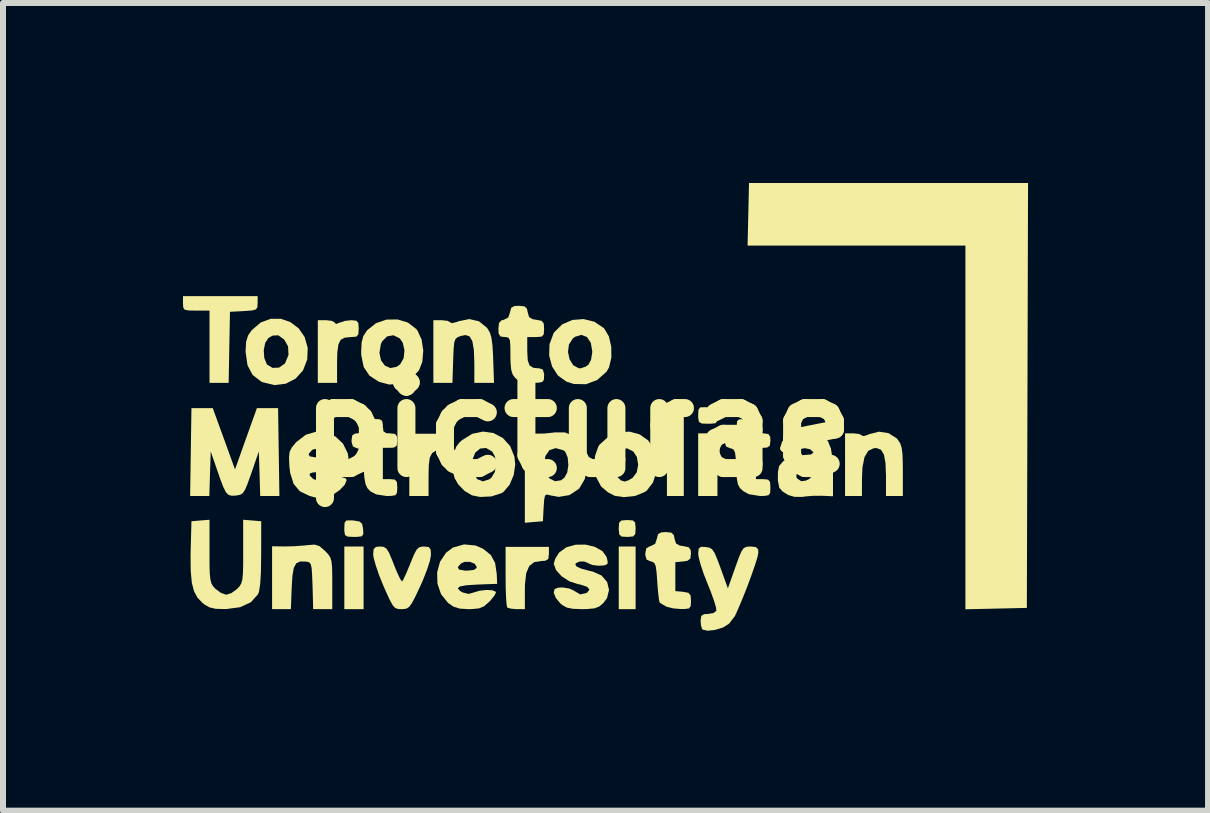
<source format=kicad_pcb>
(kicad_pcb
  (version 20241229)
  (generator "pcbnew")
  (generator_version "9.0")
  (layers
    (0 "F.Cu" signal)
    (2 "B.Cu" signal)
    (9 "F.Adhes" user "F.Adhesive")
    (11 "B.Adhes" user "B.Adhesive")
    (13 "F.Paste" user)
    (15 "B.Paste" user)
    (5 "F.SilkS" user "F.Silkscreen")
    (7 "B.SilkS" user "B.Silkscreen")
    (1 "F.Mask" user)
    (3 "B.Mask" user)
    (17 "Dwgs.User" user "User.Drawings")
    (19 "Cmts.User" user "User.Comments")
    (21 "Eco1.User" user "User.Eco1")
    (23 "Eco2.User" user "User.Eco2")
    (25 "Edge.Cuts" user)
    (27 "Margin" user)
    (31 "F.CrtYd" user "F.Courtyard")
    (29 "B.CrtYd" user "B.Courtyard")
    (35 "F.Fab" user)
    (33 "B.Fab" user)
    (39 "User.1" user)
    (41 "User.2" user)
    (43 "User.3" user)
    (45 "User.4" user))
  (footprint "picturae"
    (layer "F.Cu")
    (at 6.581 4.073)
    (property "Reference" "picturae" (at 0 0 0) (layer "F.SilkS") (effects (font (size 1.5 1.5) (thickness 0.3))))
    (attr board_only exclude_from_pos_files exclude_from_bom)
    (fp_poly (pts (xy -3.571 2.508) (xy -3.571 3.03) (xy -3.732 3.03) (xy -3.892 3.03) (xy -3.892 2.508) (xy -3.892 1.986) (xy -3.732 1.986) (xy -3.571 1.986)) (stroke (width 0) (type solid)) (fill yes) (layer "F.SilkS"))
    (fp_poly (pts (xy 0.963 2.508) (xy 0.963 3.03) (xy 0.823 3.03) (xy 0.682 3.03) (xy 0.682 2.508) (xy 0.682 1.986) (xy 0.823 1.986) (xy 0.963 1.986)) (stroke (width 0) (type solid)) (fill yes) (layer "F.SilkS"))
    (fp_poly (pts (xy 1.766 0.401) (xy 1.766 1.144) (xy 1.625 1.144) (xy 1.485 1.144) (xy 1.485 0.401) (xy 1.485 -0.341) (xy 1.625 -0.341) (xy 1.766 -0.341)) (stroke (width 0) (type solid)) (fill yes) (layer "F.SilkS"))
    (fp_poly (pts (xy 2.327 0.622) (xy 2.327 1.144) (xy 2.167 1.144) (xy 2.006 1.144) (xy 2.006 0.622) (xy 2.006 0.1) (xy 2.167 0.1) (xy 2.327 0.1)) (stroke (width 0) (type solid)) (fill yes) (layer "F.SilkS"))
    (fp_poly (pts (xy 7.494 -0.532) (xy 7.484 3.009) (xy 6.972 3.021) (xy 6.46 3.032) (xy 6.46 0.001) (xy 6.46 -3.03) (xy 4.645 -3.029) (xy 2.829 -3.029) (xy 2.841 -3.551) (xy 2.853 -4.073) (xy 5.179 -4.073) (xy 7.504 -4.073)) (stroke (width 0) (type solid)) (fill yes) (layer "F.SilkS"))
    (fp_poly (pts (xy -3.742 1.552) (xy -3.642 1.568) (xy -3.596 1.607) (xy -3.579 1.691) (xy -3.579 1.695) (xy -3.575 1.778) (xy -3.601 1.816) (xy -3.677 1.825) (xy -3.729 1.826) (xy -3.833 1.822) (xy -3.88 1.796) (xy -3.892 1.729) (xy -3.892 1.683) (xy -3.888 1.59) (xy -3.858 1.552) (xy -3.779 1.55)) (stroke (width 0) (type solid)) (fill yes) (layer "F.SilkS"))
    (fp_poly (pts (xy -2.127 0.218) (xy -2.14 0.301) (xy -2.197 0.342) (xy -2.253 0.356) (xy -2.361 0.385) (xy -2.429 0.429) (xy -2.468 0.505) (xy -2.484 0.63) (xy -2.488 0.807) (xy -2.488 1.144) (xy -2.648 1.144) (xy -2.809 1.144) (xy -2.809 0.625) (xy -2.809 0.107) (xy -2.468 0.106) (xy -2.127 0.105)) (stroke (width 0) (type solid)) (fill yes) (layer "F.SilkS"))
    (fp_poly (pts (xy 0.917 1.551) (xy 0.955 1.586) (xy 0.963 1.675) (xy 0.963 1.685) (xy 0.957 1.779) (xy 0.922 1.818) (xy 0.833 1.826) (xy 0.823 1.826) (xy 0.728 1.82) (xy 0.69 1.784) (xy 0.682 1.696) (xy 0.682 1.685) (xy 0.688 1.591) (xy 0.723 1.553) (xy 0.812 1.545) (xy 0.823 1.545)) (stroke (width 0) (type solid)) (fill yes) (layer "F.SilkS"))
    (fp_poly (pts (xy 2.157 -0.333) (xy 2.257 -0.318) (xy 2.302 -0.279) (xy 2.319 -0.195) (xy 2.32 -0.191) (xy 2.323 -0.108) (xy 2.298 -0.07) (xy 2.222 -0.061) (xy 2.169 -0.06) (xy 2.066 -0.064) (xy 2.019 -0.09) (xy 2.007 -0.157) (xy 2.006 -0.203) (xy 2.011 -0.296) (xy 2.041 -0.334) (xy 2.119 -0.336)) (stroke (width 0) (type solid)) (fill yes) (layer "F.SilkS"))
    (fp_poly (pts (xy -5.337 -2.069) (xy -5.341 -2.002) (xy -5.366 -1.965) (xy -5.431 -1.948) (xy -5.556 -1.939) (xy -5.568 -1.938) (xy -5.798 -1.926) (xy -5.809 -1.334) (xy -5.82 -0.742) (xy -5.98 -0.742) (xy -6.139 -0.742) (xy -6.139 -1.344) (xy -6.139 -1.946) (xy -6.36 -1.946) (xy -6.486 -1.948) (xy -6.552 -1.961) (xy -6.577 -1.997) (xy -6.581 -2.065) (xy -6.581 -2.067) (xy -6.581 -2.187) (xy -5.959 -2.187) (xy -5.337 -2.187)) (stroke (width 0) (type solid)) (fill yes) (layer "F.SilkS"))
    (fp_poly (pts (xy -0.482 2.11) (xy -0.492 2.193) (xy -0.54 2.223) (xy -0.602 2.227) (xy -0.726 2.246) (xy -0.81 2.311) (xy -0.86 2.43) (xy -0.881 2.613) (xy -0.883 2.709) (xy -0.883 3.03) (xy -1.017 3.03) (xy -1.116 3.022) (xy -1.175 3.004) (xy -1.177 3.003) (xy -1.187 2.954) (xy -1.196 2.842) (xy -1.202 2.683) (xy -1.204 2.493) (xy -1.204 2.484) (xy -1.204 1.992) (xy -0.843 1.992) (xy -0.482 1.992)) (stroke (width 0) (type solid)) (fill yes) (layer "F.SilkS"))
    (fp_poly (pts (xy -4.1 -1.775) (xy -4.054 -1.75) (xy -4.053 -1.744) (xy -4.028 -1.723) (xy -3.975 -1.744) (xy -3.878 -1.775) (xy -3.775 -1.786) (xy -3.692 -1.778) (xy -3.658 -1.739) (xy -3.652 -1.645) (xy -3.658 -1.551) (xy -3.692 -1.512) (xy -3.778 -1.505) (xy -3.784 -1.505) (xy -3.886 -1.495) (xy -3.953 -1.459) (xy -3.991 -1.381) (xy -4.009 -1.248) (xy -4.013 -1.075) (xy -4.013 -0.742) (xy -4.173 -0.742) (xy -4.334 -0.742) (xy -4.334 -1.264) (xy -4.334 -1.786) (xy -4.193 -1.786)) (stroke (width 0) (type solid)) (fill yes) (layer "F.SilkS"))
    (fp_poly (pts (xy -5.899 0.19) (xy -5.714 0.701) (xy -5.532 0.19) (xy -5.349 -0.321) (xy -5.172 -0.321) (xy -4.996 -0.321) (xy -4.985 0.411) (xy -4.974 1.144) (xy -5.134 1.144) (xy -5.294 1.144) (xy -5.305 0.772) (xy -5.317 0.401) (xy -5.441 0.762) (xy -5.501 0.93) (xy -5.545 1.037) (xy -5.584 1.096) (xy -5.628 1.124) (xy -5.687 1.135) (xy -5.698 1.137) (xy -5.769 1.14) (xy -5.821 1.126) (xy -5.865 1.082) (xy -5.909 0.995) (xy -5.963 0.853) (xy -6.008 0.722) (xy -6.119 0.401) (xy -6.131 0.772) (xy -6.142 1.144) (xy -6.302 1.144) (xy -6.462 1.144) (xy -6.451 0.411) (xy -6.44 -0.321) (xy -6.263 -0.321) (xy -6.085 -0.321)) (stroke (width 0) (type solid)) (fill yes) (layer "F.SilkS"))
    (fp_poly (pts (xy -4.307 1.979) (xy -4.221 2.053) (xy -4.214 2.059) (xy -4.16 2.116) (xy -4.125 2.17) (xy -4.105 2.238) (xy -4.096 2.339) (xy -4.093 2.493) (xy -4.093 2.605) (xy -4.093 3.03) (xy -4.252 3.03) (xy -4.411 3.03) (xy -4.422 2.638) (xy -4.429 2.459) (xy -4.437 2.344) (xy -4.452 2.28) (xy -4.477 2.249) (xy -4.518 2.239) (xy -4.534 2.237) (xy -4.629 2.236) (xy -4.694 2.267) (xy -4.734 2.342) (xy -4.757 2.472) (xy -4.769 2.667) (xy -4.783 3.03) (xy -4.94 3.03) (xy -5.096 3.03) (xy -5.096 2.506) (xy -5.096 1.982) (xy -4.885 1.985) (xy -4.722 1.981) (xy -4.559 1.969) (xy -4.505 1.963) (xy -4.388 1.954)) (stroke (width 0) (type solid)) (fill yes) (layer "F.SilkS"))
    (fp_poly (pts (xy 5.178 0.096) (xy 5.312 0.181) (xy 5.335 0.208) (xy 5.373 0.266) (xy 5.397 0.339) (xy 5.411 0.443) (xy 5.416 0.598) (xy 5.417 0.728) (xy 5.417 1.144) (xy 5.277 1.144) (xy 5.136 1.144) (xy 5.136 0.81) (xy 5.128 0.597) (xy 5.102 0.455) (xy 5.054 0.374) (xy 4.98 0.345) (xy 4.934 0.347) (xy 4.841 0.391) (xy 4.778 0.496) (xy 4.744 0.666) (xy 4.736 0.853) (xy 4.735 1.144) (xy 4.594 1.144) (xy 4.454 1.144) (xy 4.454 0.622) (xy 4.454 0.1) (xy 4.594 0.1) (xy 4.687 0.11) (xy 4.734 0.133) (xy 4.735 0.137) (xy 4.766 0.146) (xy 4.841 0.121) (xy 4.858 0.113) (xy 5.018 0.072)) (stroke (width 0) (type solid)) (fill yes) (layer "F.SilkS"))
    (fp_poly (pts (xy -1.648 -1.768) (xy -1.516 -1.661) (xy -1.508 -1.651) (xy -1.467 -1.582) (xy -1.44 -1.494) (xy -1.423 -1.368) (xy -1.412 -1.185) (xy -1.411 -1.141) (xy -1.397 -0.742) (xy -1.561 -0.742) (xy -1.725 -0.742) (xy -1.725 -1.076) (xy -1.733 -1.291) (xy -1.758 -1.435) (xy -1.804 -1.516) (xy -1.875 -1.539) (xy -1.952 -1.523) (xy -2.006 -1.501) (xy -2.04 -1.471) (xy -2.06 -1.414) (xy -2.07 -1.314) (xy -2.077 -1.155) (xy -2.078 -1.113) (xy -2.09 -0.742) (xy -2.249 -0.742) (xy -2.408 -0.742) (xy -2.408 -1.264) (xy -2.408 -1.786) (xy -2.267 -1.786) (xy -2.174 -1.776) (xy -2.128 -1.753) (xy -2.127 -1.748) (xy -2.095 -1.737) (xy -2.015 -1.757) (xy -1.985 -1.769) (xy -1.809 -1.805)) (stroke (width 0) (type solid)) (fill yes) (layer "F.SilkS"))
    (fp_poly (pts (xy -4.948 -1.809) (xy -4.789 -1.753) (xy -4.653 -1.65) (xy -4.553 -1.505) (xy -4.502 -1.325) (xy -4.51 -1.132) (xy -4.581 -0.948) (xy -4.706 -0.811) (xy -4.87 -0.727) (xy -5.057 -0.705) (xy -5.252 -0.752) (xy -5.279 -0.764) (xy -5.421 -0.874) (xy -5.506 -1.036) (xy -5.537 -1.256) (xy -5.537 -1.277) (xy -5.537 -1.284) (xy -5.235 -1.284) (xy -5.226 -1.155) (xy -5.184 -1.052) (xy -5.181 -1.048) (xy -5.088 -0.991) (xy -4.979 -0.996) (xy -4.886 -1.062) (xy -4.878 -1.072) (xy -4.822 -1.209) (xy -4.83 -1.351) (xy -4.895 -1.465) (xy -4.993 -1.534) (xy -5.086 -1.53) (xy -5.158 -1.489) (xy -5.211 -1.407) (xy -5.235 -1.284) (xy -5.537 -1.284) (xy -5.529 -1.427) (xy -5.496 -1.532) (xy -5.436 -1.619) (xy -5.284 -1.749) (xy -5.118 -1.81)) (stroke (width 0) (type solid)) (fill yes) (layer "F.SilkS"))
    (fp_poly (pts (xy -2.833 -1.747) (xy -2.694 -1.64) (xy -2.675 -1.617) (xy -2.604 -1.464) (xy -2.576 -1.278) (xy -2.592 -1.092) (xy -2.647 -0.951) (xy -2.78 -0.809) (xy -2.952 -0.728) (xy -3.145 -0.714) (xy -3.314 -0.759) (xy -3.472 -0.861) (xy -3.569 -1.005) (xy -3.609 -1.2) (xy -3.611 -1.242) (xy -3.307 -1.242) (xy -3.281 -1.118) (xy -3.217 -1.03) (xy -3.126 -0.989) (xy -3.022 -1.008) (xy -2.962 -1.05) (xy -2.904 -1.15) (xy -2.889 -1.282) (xy -2.918 -1.41) (xy -2.968 -1.483) (xy -3.073 -1.535) (xy -3.179 -1.516) (xy -3.262 -1.433) (xy -3.283 -1.387) (xy -3.307 -1.242) (xy -3.611 -1.242) (xy -3.611 -1.266) (xy -3.604 -1.416) (xy -3.576 -1.52) (xy -3.517 -1.611) (xy -3.508 -1.621) (xy -3.365 -1.736) (xy -3.19 -1.796) (xy -3.006 -1.799)) (stroke (width 0) (type solid)) (fill yes) (layer "F.SilkS"))
    (fp_poly (pts (xy 0.275 -1.761) (xy 0.43 -1.657) (xy 0.442 -1.644) (xy 0.518 -1.515) (xy 0.557 -1.344) (xy 0.559 -1.163) (xy 0.521 -1.002) (xy 0.479 -0.928) (xy 0.322 -0.789) (xy 0.135 -0.719) (xy -0.068 -0.723) (xy -0.19 -0.762) (xy -0.332 -0.864) (xy -0.43 -1.016) (xy -0.478 -1.197) (xy -0.476 -1.257) (xy -0.164 -1.257) (xy -0.138 -1.135) (xy -0.077 -1.036) (xy 0.013 -0.986) (xy 0.04 -0.983) (xy 0.128 -1.01) (xy 0.178 -1.046) (xy 0.221 -1.129) (xy 0.24 -1.249) (xy 0.241 -1.264) (xy 0.216 -1.411) (xy 0.151 -1.506) (xy 0.059 -1.542) (xy -0.048 -1.509) (xy -0.087 -1.478) (xy -0.149 -1.379) (xy -0.164 -1.257) (xy -0.476 -1.257) (xy -0.472 -1.386) (xy -0.406 -1.564) (xy -0.39 -1.589) (xy -0.259 -1.718) (xy -0.091 -1.79) (xy 0.094 -1.805)) (stroke (width 0) (type solid)) (fill yes) (layer "F.SilkS"))
    (fp_poly (pts (xy 1.03 0.117) (xy 1.173 0.218) (xy 1.267 0.363) (xy 1.315 0.553) (xy 1.308 0.746) (xy 1.252 0.92) (xy 1.151 1.052) (xy 1.117 1.077) (xy 0.955 1.143) (xy 0.766 1.163) (xy 0.615 1.141) (xy 0.504 1.084) (xy 0.397 0.994) (xy 0.385 0.98) (xy 0.309 0.837) (xy 0.279 0.674) (xy 0.582 0.674) (xy 0.587 0.695) (xy 0.638 0.807) (xy 0.718 0.884) (xy 0.781 0.903) (xy 0.844 0.882) (xy 0.914 0.84) (xy 0.982 0.749) (xy 1.006 0.622) (xy 0.984 0.494) (xy 0.925 0.403) (xy 0.821 0.35) (xy 0.72 0.364) (xy 0.637 0.431) (xy 0.586 0.539) (xy 0.582 0.674) (xy 0.279 0.674) (xy 0.276 0.659) (xy 0.286 0.477) (xy 0.341 0.321) (xy 0.365 0.285) (xy 0.511 0.154) (xy 0.682 0.083) (xy 0.861 0.071)) (stroke (width 0) (type solid)) (fill yes) (layer "F.SilkS"))
    (fp_poly (pts (xy -1.405 0.095) (xy -1.249 0.178) (xy -1.129 0.311) (xy -1.057 0.488) (xy -1.043 0.618) (xy -1.069 0.795) (xy -1.137 0.956) (xy -1.235 1.072) (xy -1.273 1.097) (xy -1.44 1.151) (xy -1.63 1.16) (xy -1.764 1.133) (xy -1.886 1.061) (xy -1.992 0.952) (xy -1.998 0.943) (xy -2.054 0.845) (xy -2.079 0.746) (xy -2.08 0.622) (xy -1.766 0.622) (xy -1.741 0.769) (xy -1.676 0.864) (xy -1.584 0.9) (xy -1.477 0.867) (xy -1.438 0.836) (xy -1.383 0.742) (xy -1.365 0.611) (xy -1.383 0.483) (xy -1.427 0.404) (xy -1.529 0.344) (xy -1.629 0.353) (xy -1.71 0.422) (xy -1.758 0.542) (xy -1.766 0.622) (xy -2.08 0.622) (xy -2.08 0.612) (xy -2.077 0.566) (xy -2.061 0.422) (xy -2.03 0.327) (xy -1.971 0.25) (xy -1.935 0.217) (xy -1.762 0.108) (xy -1.581 0.07)) (stroke (width 0) (type solid)) (fill yes) (layer "F.SilkS"))
    (fp_poly (pts (xy -0.215 0.084) (xy -0.05 0.153) (xy 0.079 0.28) (xy 0.101 0.316) (xy 0.155 0.489) (xy 0.158 0.682) (xy 0.113 0.868) (xy 0.024 1.017) (xy 0.013 1.028) (xy -0.14 1.129) (xy -0.321 1.159) (xy -0.469 1.131) (xy -0.519 1.119) (xy -0.547 1.138) (xy -0.561 1.206) (xy -0.57 1.332) (xy -0.582 1.565) (xy -0.732 1.577) (xy -0.883 1.59) (xy -0.883 0.841) (xy -0.883 0.612) (xy -0.562 0.612) (xy -0.537 0.753) (xy -0.471 0.852) (xy -0.38 0.898) (xy -0.28 0.882) (xy -0.224 0.84) (xy -0.176 0.75) (xy -0.158 0.628) (xy -0.169 0.504) (xy -0.208 0.409) (xy -0.238 0.383) (xy -0.369 0.346) (xy -0.473 0.38) (xy -0.541 0.478) (xy -0.562 0.612) (xy -0.883 0.612) (xy -0.883 0.093) (xy -0.712 0.104) (xy -0.562 0.103) (xy -0.414 0.088) (xy -0.395 0.084)) (stroke (width 0) (type solid)) (fill yes) (layer "F.SilkS"))
    (fp_poly (pts (xy -5.427 1.552) (xy -5.277 1.565) (xy -5.278 2.127) (xy -5.282 2.406) (xy -5.294 2.608) (xy -5.314 2.738) (xy -5.33 2.781) (xy -5.45 2.915) (xy -5.63 2.998) (xy -5.865 3.029) (xy -5.885 3.029) (xy -6.038 3.024) (xy -6.141 3) (xy -6.226 2.95) (xy -6.256 2.926) (xy -6.339 2.839) (xy -6.397 2.732) (xy -6.434 2.589) (xy -6.452 2.399) (xy -6.455 2.148) (xy -6.453 2.046) (xy -6.44 1.565) (xy -6.29 1.552) (xy -6.139 1.54) (xy -6.139 2.066) (xy -6.139 2.281) (xy -6.135 2.432) (xy -6.125 2.532) (xy -6.108 2.599) (xy -6.081 2.647) (xy -6.041 2.69) (xy -5.95 2.758) (xy -5.863 2.789) (xy -5.858 2.789) (xy -5.773 2.762) (xy -5.681 2.695) (xy -5.676 2.69) (xy -5.636 2.646) (xy -5.608 2.598) (xy -5.591 2.532) (xy -5.582 2.43) (xy -5.578 2.279) (xy -5.578 2.066) (xy -5.578 1.54)) (stroke (width 0) (type solid)) (fill yes) (layer "F.SilkS"))
    (fp_poly (pts (xy -2.485 1.995) (xy -2.453 2.036) (xy -2.448 2.124) (xy -2.465 2.223) (xy -2.513 2.372) (xy -2.583 2.55) (xy -2.626 2.646) (xy -2.706 2.816) (xy -2.764 2.927) (xy -2.81 2.991) (xy -2.855 3.021) (xy -2.908 3.029) (xy -2.938 3.03) (xy -2.999 3.027) (xy -3.045 3.009) (xy -3.087 2.963) (xy -3.135 2.876) (xy -3.199 2.736) (xy -3.242 2.638) (xy -3.313 2.462) (xy -3.369 2.299) (xy -3.404 2.171) (xy -3.411 2.117) (xy -3.403 2.027) (xy -3.363 1.992) (xy -3.296 1.986) (xy -3.236 1.992) (xy -3.19 2.021) (xy -3.148 2.087) (xy -3.097 2.207) (xy -3.067 2.284) (xy -3.011 2.421) (xy -2.964 2.521) (xy -2.933 2.567) (xy -2.928 2.567) (xy -2.903 2.525) (xy -2.858 2.428) (xy -2.802 2.294) (xy -2.792 2.269) (xy -2.733 2.125) (xy -2.688 2.04) (xy -2.644 1.999) (xy -2.588 1.987) (xy -2.565 1.986)) (stroke (width 0) (type solid)) (fill yes) (layer "F.SilkS"))
    (fp_poly (pts (xy 2.969 1.995) (xy 3.005 2.034) (xy 3.009 2.086) (xy 2.995 2.16) (xy 2.954 2.292) (xy 2.895 2.462) (xy 2.824 2.654) (xy 2.746 2.851) (xy 2.668 3.035) (xy 2.618 3.145) (xy 2.52 3.273) (xy 2.422 3.335) (xy 2.285 3.377) (xy 2.162 3.39) (xy 2.08 3.37) (xy 2.073 3.364) (xy 2.054 3.308) (xy 2.046 3.223) (xy 2.057 3.143) (xy 2.106 3.113) (xy 2.168 3.11) (xy 2.26 3.095) (xy 2.309 3.058) (xy 2.303 3.002) (xy 2.27 2.89) (xy 2.216 2.74) (xy 2.168 2.62) (xy 2.099 2.445) (xy 2.045 2.283) (xy 2.013 2.158) (xy 2.006 2.107) (xy 2.014 2.021) (xy 2.053 1.991) (xy 2.131 1.994) (xy 2.193 2.005) (xy 2.239 2.033) (xy 2.28 2.094) (xy 2.326 2.203) (xy 2.379 2.345) (xy 2.501 2.683) (xy 2.624 2.335) (xy 2.683 2.171) (xy 2.726 2.069) (xy 2.764 2.014) (xy 2.808 1.991) (xy 2.867 1.986) (xy 2.878 1.986)) (stroke (width 0) (type solid)) (fill yes) (layer "F.SilkS"))
    (fp_poly (pts (xy -3.308 -0.136) (xy -3.262 -0.11) (xy -3.25 -0.046) (xy -3.25 -0.02) (xy -3.24 0.065) (xy -3.193 0.097) (xy -3.13 0.1) (xy -3.045 0.11) (xy -3.013 0.157) (xy -3.009 0.221) (xy -3.019 0.306) (xy -3.066 0.337) (xy -3.13 0.341) (xy -3.25 0.341) (xy -3.25 0.602) (xy -3.25 0.863) (xy -3.13 0.863) (xy -3.049 0.871) (xy -3.016 0.91) (xy -3.009 1.003) (xy -3.014 1.09) (xy -3.04 1.131) (xy -3.112 1.143) (xy -3.186 1.144) (xy -3.359 1.118) (xy -3.456 1.067) (xy -3.506 1.016) (xy -3.538 0.947) (xy -3.558 0.839) (xy -3.571 0.676) (xy -3.583 0.517) (xy -3.598 0.422) (xy -3.622 0.373) (xy -3.66 0.352) (xy -3.682 0.348) (xy -3.749 0.319) (xy -3.771 0.243) (xy -3.772 0.218) (xy -3.76 0.133) (xy -3.712 0.103) (xy -3.672 0.1) (xy -3.6 0.087) (xy -3.574 0.032) (xy -3.571 -0.02) (xy -3.565 -0.097) (xy -3.531 -0.132) (xy -3.445 -0.14) (xy -3.411 -0.14)) (stroke (width 0) (type solid)) (fill yes) (layer "F.SilkS"))
    (fp_poly (pts (xy 1.559 1.755) (xy 1.6 1.795) (xy 1.612 1.856) (xy 1.636 1.935) (xy 1.698 1.97) (xy 1.756 1.979) (xy 1.846 1.997) (xy 1.881 2.044) (xy 1.886 2.107) (xy 1.875 2.188) (xy 1.826 2.224) (xy 1.756 2.235) (xy 1.625 2.247) (xy 1.625 2.488) (xy 1.625 2.729) (xy 1.756 2.741) (xy 1.844 2.758) (xy 1.88 2.803) (xy 1.886 2.892) (xy 1.882 2.978) (xy 1.853 3.018) (xy 1.779 3.028) (xy 1.715 3.028) (xy 1.588 3.017) (xy 1.483 2.991) (xy 1.465 2.982) (xy 1.393 2.94) (xy 1.364 2.92) (xy 1.353 2.875) (xy 1.34 2.769) (xy 1.327 2.624) (xy 1.324 2.575) (xy 1.312 2.413) (xy 1.298 2.314) (xy 1.276 2.262) (xy 1.241 2.24) (xy 1.214 2.234) (xy 1.146 2.204) (xy 1.124 2.126) (xy 1.124 2.107) (xy 1.14 2.018) (xy 1.199 1.982) (xy 1.214 1.979) (xy 1.289 1.941) (xy 1.317 1.856) (xy 1.337 1.78) (xy 1.39 1.75) (xy 1.465 1.745)) (stroke (width 0) (type solid)) (fill yes) (layer "F.SilkS"))
    (fp_poly (pts (xy 2.799 -0.133) (xy 2.9 -0.116) (xy 2.947 -0.077) (xy 2.962 -0.01) (xy 2.985 0.07) (xy 3.046 0.098) (xy 3.092 0.1) (xy 3.176 0.111) (xy 3.207 0.158) (xy 3.21 0.221) (xy 3.2 0.306) (xy 3.153 0.337) (xy 3.09 0.341) (xy 2.969 0.341) (xy 2.969 0.602) (xy 2.969 0.863) (xy 3.09 0.863) (xy 3.171 0.871) (xy 3.204 0.91) (xy 3.21 1.003) (xy 3.206 1.09) (xy 3.179 1.131) (xy 3.107 1.143) (xy 3.035 1.144) (xy 2.85 1.114) (xy 2.756 1.062) (xy 2.702 1.012) (xy 2.669 0.951) (xy 2.651 0.859) (xy 2.642 0.713) (xy 2.64 0.671) (xy 2.632 0.514) (xy 2.62 0.42) (xy 2.598 0.372) (xy 2.56 0.352) (xy 2.538 0.348) (xy 2.471 0.319) (xy 2.448 0.243) (xy 2.448 0.218) (xy 2.459 0.133) (xy 2.507 0.103) (xy 2.548 0.1) (xy 2.619 0.088) (xy 2.646 0.034) (xy 2.648 -0.022) (xy 2.654 -0.102) (xy 2.688 -0.134) (xy 2.772 -0.135)) (stroke (width 0) (type solid)) (fill yes) (layer "F.SilkS"))
    (fp_poly (pts (xy -0.889 -2.017) (xy -0.848 -1.977) (xy -0.835 -1.916) (xy -0.812 -1.837) (xy -0.75 -1.802) (xy -0.692 -1.793) (xy -0.604 -1.776) (xy -0.568 -1.732) (xy -0.562 -1.643) (xy -0.568 -1.55) (xy -0.604 -1.512) (xy -0.693 -1.505) (xy -0.702 -1.505) (xy -0.843 -1.505) (xy -0.843 -1.268) (xy -0.835 -1.118) (xy -0.805 -1.032) (xy -0.741 -0.992) (xy -0.639 -0.983) (xy -0.582 -0.963) (xy -0.562 -0.888) (xy -0.562 -0.863) (xy -0.566 -0.791) (xy -0.593 -0.756) (xy -0.663 -0.744) (xy -0.762 -0.742) (xy -0.914 -0.755) (xy -1.014 -0.798) (xy -1.043 -0.823) (xy -1.086 -0.881) (xy -1.111 -0.961) (xy -1.122 -1.085) (xy -1.124 -1.204) (xy -1.125 -1.357) (xy -1.132 -1.447) (xy -1.152 -1.49) (xy -1.189 -1.504) (xy -1.224 -1.505) (xy -1.292 -1.516) (xy -1.32 -1.564) (xy -1.324 -1.642) (xy -1.314 -1.74) (xy -1.273 -1.783) (xy -1.234 -1.793) (xy -1.159 -1.831) (xy -1.131 -1.916) (xy -1.111 -1.992) (xy -1.058 -2.022) (xy -0.983 -2.026)) (stroke (width 0) (type solid)) (fill yes) (layer "F.SilkS"))
    (fp_poly (pts (xy -1.704 1.969) (xy -1.578 2.024) (xy -1.45 2.128) (xy -1.379 2.259) (xy -1.352 2.44) (xy -1.344 2.608) (xy -1.675 2.62) (xy -1.86 2.632) (xy -1.968 2.652) (xy -2.001 2.683) (xy -1.963 2.726) (xy -1.921 2.751) (xy -1.819 2.776) (xy -1.739 2.753) (xy -1.638 2.723) (xy -1.525 2.71) (xy -1.427 2.715) (xy -1.37 2.738) (xy -1.364 2.752) (xy -1.391 2.805) (xy -1.456 2.886) (xy -1.482 2.912) (xy -1.564 2.983) (xy -1.65 3.018) (xy -1.772 3.029) (xy -1.82 3.03) (xy -1.969 3.021) (xy -2.074 2.988) (xy -2.163 2.926) (xy -2.28 2.781) (xy -2.34 2.605) (xy -2.345 2.418) (xy -2.322 2.331) (xy -2.001 2.331) (xy -1.98 2.37) (xy -1.884 2.387) (xy -1.846 2.388) (xy -1.734 2.377) (xy -1.688 2.344) (xy -1.685 2.328) (xy -1.719 2.273) (xy -1.798 2.242) (xy -1.889 2.242) (xy -1.947 2.268) (xy -2.001 2.331) (xy -2.322 2.331) (xy -2.297 2.24) (xy -2.197 2.09) (xy -2.083 2.004) (xy -1.897 1.951)) (stroke (width 0) (type solid)) (fill yes) (layer "F.SilkS"))
    (fp_poly (pts (xy -4.194 0.084) (xy -4.039 0.153) (xy -3.914 0.271) (xy -3.834 0.434) (xy -3.812 0.592) (xy -3.812 0.742) (xy -4.152 0.742) (xy -4.318 0.744) (xy -4.418 0.752) (xy -4.464 0.768) (xy -4.471 0.796) (xy -4.468 0.803) (xy -4.411 0.861) (xy -4.318 0.892) (xy -4.229 0.885) (xy -4.202 0.868) (xy -4.135 0.835) (xy -4.036 0.822) (xy -3.937 0.828) (xy -3.868 0.852) (xy -3.852 0.877) (xy -3.885 0.957) (xy -3.968 1.044) (xy -4.077 1.119) (xy -4.179 1.159) (xy -4.27 1.176) (xy -4.332 1.177) (xy -4.406 1.161) (xy -4.476 1.141) (xy -4.634 1.065) (xy -4.738 0.941) (xy -4.795 0.758) (xy -4.808 0.645) (xy -4.814 0.502) (xy -4.808 0.444) (xy -4.488 0.444) (xy -4.469 0.483) (xy -4.375 0.5) (xy -4.315 0.502) (xy -4.204 0.496) (xy -4.158 0.476) (xy -4.159 0.441) (xy -4.219 0.38) (xy -4.317 0.352) (xy -4.412 0.367) (xy -4.434 0.382) (xy -4.488 0.444) (xy -4.808 0.444) (xy -4.804 0.409) (xy -4.769 0.337) (xy -4.7 0.254) (xy -4.689 0.242) (xy -4.534 0.123) (xy -4.364 0.073)) (stroke (width 0) (type solid)) (fill yes) (layer "F.SilkS"))
    (fp_poly (pts (xy 3.979 0.098) (xy 4.091 0.148) (xy 4.169 0.23) (xy 4.219 0.356) (xy 4.246 0.536) (xy 4.253 0.783) (xy 4.253 1.148) (xy 4.063 1.14) (xy 3.918 1.141) (xy 3.786 1.152) (xy 3.752 1.158) (xy 3.611 1.158) (xy 3.507 1.128) (xy 3.414 1.07) (xy 3.358 1.007) (xy 3.357 1.004) (xy 3.334 0.885) (xy 3.334 0.83) (xy 3.642 0.83) (xy 3.66 0.856) (xy 3.725 0.898) (xy 3.802 0.887) (xy 3.855 0.861) (xy 3.925 0.798) (xy 3.923 0.739) (xy 3.852 0.705) (xy 3.817 0.702) (xy 3.71 0.721) (xy 3.647 0.769) (xy 3.642 0.83) (xy 3.334 0.83) (xy 3.335 0.744) (xy 3.355 0.644) (xy 3.424 0.563) (xy 3.548 0.5) (xy 3.704 0.465) (xy 3.773 0.461) (xy 3.885 0.452) (xy 3.924 0.424) (xy 3.923 0.411) (xy 3.871 0.365) (xy 3.784 0.347) (xy 3.7 0.363) (xy 3.679 0.378) (xy 3.611 0.408) (xy 3.507 0.421) (xy 3.503 0.421) (xy 3.409 0.411) (xy 3.373 0.371) (xy 3.371 0.343) (xy 3.407 0.233) (xy 3.504 0.146) (xy 3.644 0.09) (xy 3.809 0.072)) (stroke (width 0) (type solid)) (fill yes) (layer "F.SilkS"))
    (fp_poly (pts (xy 0.284 1.991) (xy 0.41 2.063) (xy 0.479 2.159) (xy 0.498 2.239) (xy 0.494 2.277) (xy 0.442 2.301) (xy 0.347 2.306) (xy 0.247 2.295) (xy 0.177 2.267) (xy 0.173 2.264) (xy 0.109 2.236) (xy 0.029 2.237) (xy -0.031 2.262) (xy -0.042 2.287) (xy -0.017 2.322) (xy 0.061 2.356) (xy 0.204 2.394) (xy 0.252 2.405) (xy 0.396 2.47) (xy 0.488 2.577) (xy 0.52 2.708) (xy 0.487 2.845) (xy 0.423 2.931) (xy 0.355 2.987) (xy 0.275 3.017) (xy 0.157 3.028) (xy 0.068 3.03) (xy -0.084 3.024) (xy -0.184 3.004) (xy -0.26 2.961) (xy -0.295 2.931) (xy -0.367 2.843) (xy -0.401 2.758) (xy -0.401 2.751) (xy -0.387 2.695) (xy -0.328 2.672) (xy -0.258 2.668) (xy -0.144 2.685) (xy -0.059 2.724) (xy -0.054 2.729) (xy 0.039 2.784) (xy 0.14 2.762) (xy 0.156 2.753) (xy 0.194 2.704) (xy 0.157 2.659) (xy 0.05 2.622) (xy -0.003 2.612) (xy -0.143 2.565) (xy -0.271 2.481) (xy -0.364 2.378) (xy -0.401 2.275) (xy -0.401 2.272) (xy -0.376 2.188) (xy -0.315 2.091) (xy -0.309 2.084) (xy -0.191 1.999) (xy -0.039 1.956) (xy 0.127 1.954)) (stroke (width 0) (type solid)) (fill yes) (layer "F.SilkS")))
  (gr_rect
    (start -3 -3)
    (end 17.085 10.462)
    (stroke (width 0.1) (type default))
    (fill no)
    (layer "Edge.Cuts")))
</source>
